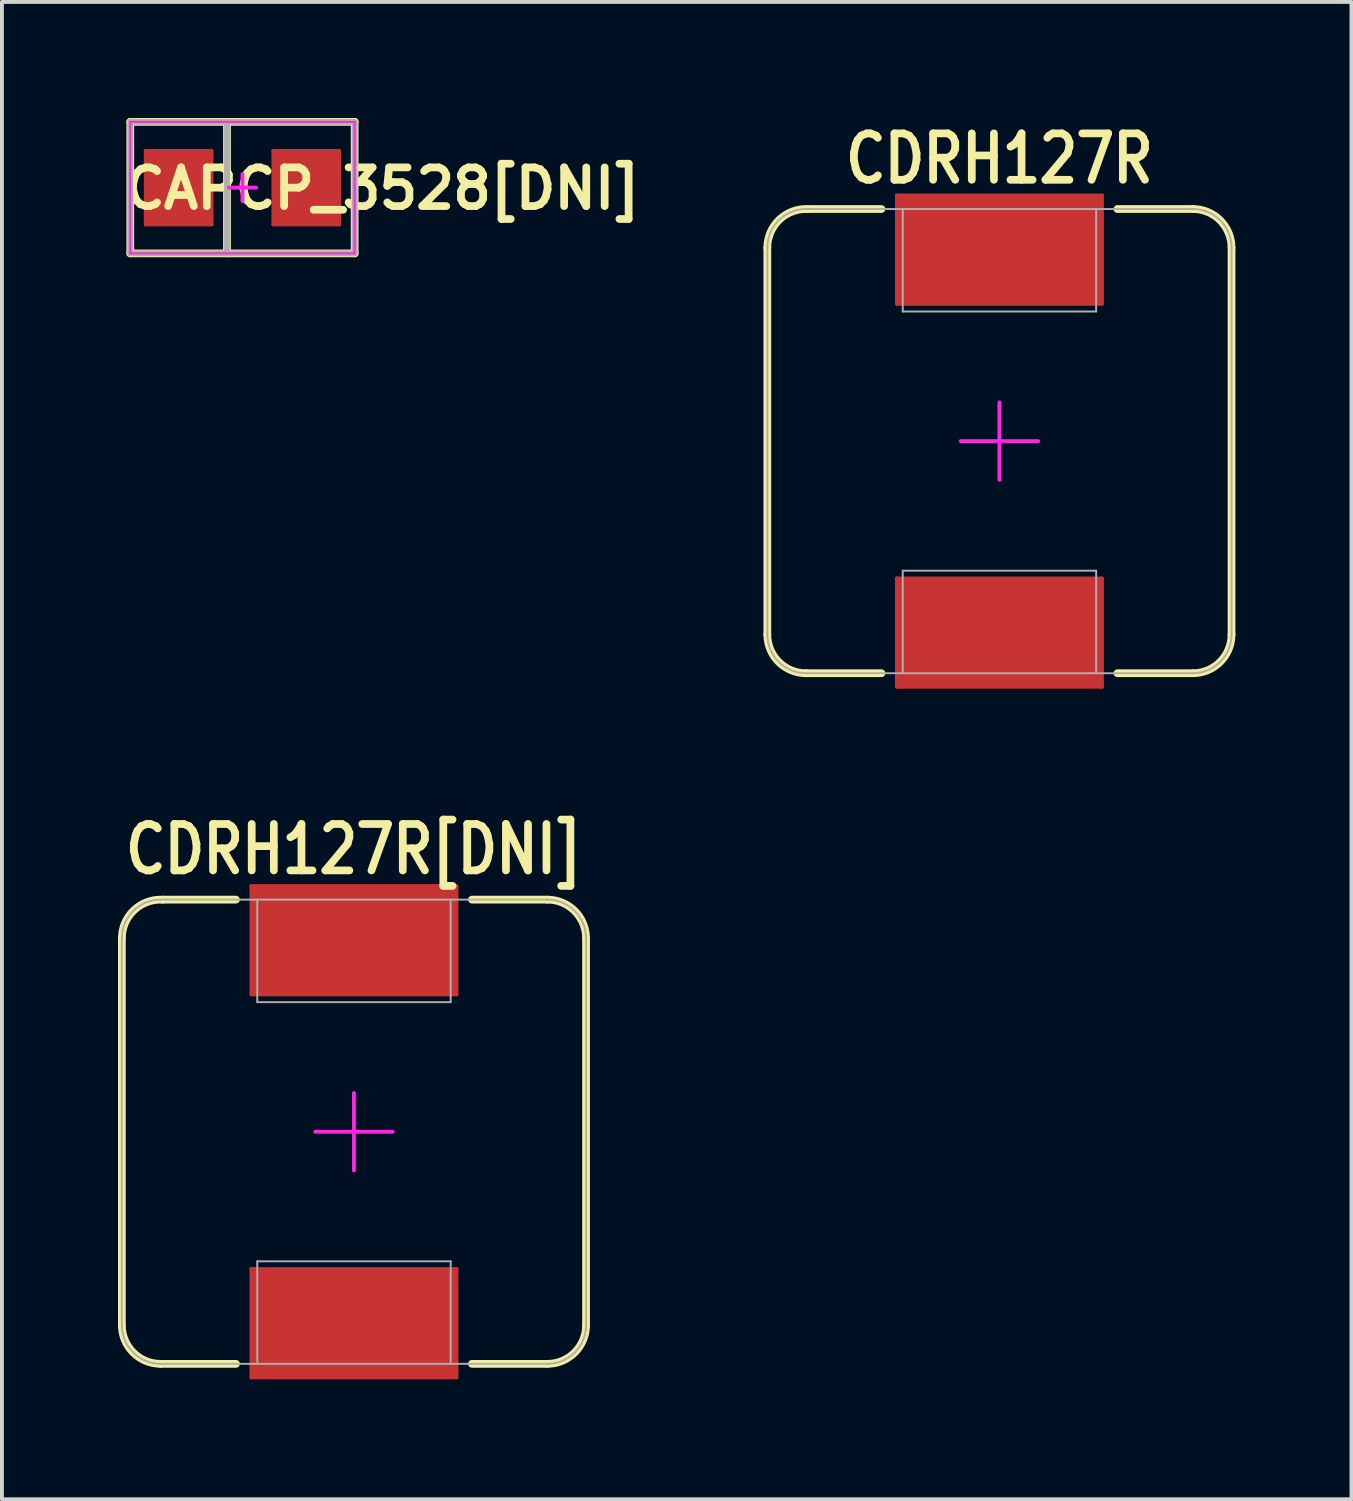
<source format=kicad_pcb>
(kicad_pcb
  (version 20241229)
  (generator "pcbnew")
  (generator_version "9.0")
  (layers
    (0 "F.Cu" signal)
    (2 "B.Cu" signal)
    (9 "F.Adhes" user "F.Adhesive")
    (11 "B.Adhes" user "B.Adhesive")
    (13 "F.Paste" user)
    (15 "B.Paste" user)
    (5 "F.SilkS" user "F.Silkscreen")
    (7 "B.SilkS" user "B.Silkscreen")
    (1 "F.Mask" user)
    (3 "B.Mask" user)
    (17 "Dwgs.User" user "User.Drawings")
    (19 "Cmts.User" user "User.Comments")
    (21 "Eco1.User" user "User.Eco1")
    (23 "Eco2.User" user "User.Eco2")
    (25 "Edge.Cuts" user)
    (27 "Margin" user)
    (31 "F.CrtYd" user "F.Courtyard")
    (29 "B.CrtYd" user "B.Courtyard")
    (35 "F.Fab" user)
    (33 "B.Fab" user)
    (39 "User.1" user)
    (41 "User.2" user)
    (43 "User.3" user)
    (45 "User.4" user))
  (footprint "CDRH127R"
    (layer "F.Cu")
    (at 22.786 8.353)
    (property "Reference" "CDRH127R" (at 0 -7.3 0) (layer "F.SilkS") (effects (font (size 1.2 1) (thickness 0.2))))
    (attr through_hole)
    (fp_line (start -2.65 -6.35) (end 2.65 -6.35) (stroke (width 0.1) (type solid)) (layer "F.Cu"))
    (fp_line (start -2.65 -3.55) (end -2.65 -6.35) (stroke (width 0.1) (type solid)) (layer "F.Cu"))
    (fp_line (start -2.65 -3.55) (end 2.65 -3.55) (stroke (width 0.1) (type solid)) (layer "F.Cu"))
    (fp_line (start -2.65 3.55) (end 2.65 3.55) (stroke (width 0.1) (type solid)) (layer "F.Cu"))
    (fp_line (start -2.65 6.35) (end -2.65 3.55) (stroke (width 0.1) (type solid)) (layer "F.Cu"))
    (fp_line (start -2.65 6.35) (end 2.65 6.35) (stroke (width 0.1) (type solid)) (layer "F.Cu"))
    (fp_line (start 2.65 -3.55) (end 2.65 -6.35) (stroke (width 0.1) (type solid)) (layer "F.Cu"))
    (fp_line (start 2.65 6.35) (end 2.65 3.55) (stroke (width 0.1) (type solid)) (layer "F.Cu"))
    (fp_line (start -2.65 -6.35) (end 2.65 -6.35) (stroke (width 0.3) (type solid)) (layer "F.Mask"))
    (fp_line (start -2.65 -3.55) (end -2.65 -6.35) (stroke (width 0.3) (type solid)) (layer "F.Mask"))
    (fp_line (start -2.65 -3.55) (end 2.65 -3.55) (stroke (width 0.3) (type solid)) (layer "F.Mask"))
    (fp_line (start -2.65 3.55) (end 2.65 3.55) (stroke (width 0.3) (type solid)) (layer "F.Mask"))
    (fp_line (start -2.65 6.35) (end -2.65 3.55) (stroke (width 0.3) (type solid)) (layer "F.Mask"))
    (fp_line (start -2.65 6.35) (end 2.65 6.35) (stroke (width 0.3) (type solid)) (layer "F.Mask"))
    (fp_line (start 2.65 -3.55) (end 2.65 -6.35) (stroke (width 0.3) (type solid)) (layer "F.Mask"))
    (fp_line (start 2.65 6.35) (end 2.65 3.55) (stroke (width 0.3) (type solid)) (layer "F.Mask"))
    (fp_line (start -6 -5) (end -6 5) (stroke (width 0.2) (type solid)) (layer "F.SilkS"))
    (fp_line (start -5 6) (end -3.05 6) (stroke (width 0.2) (type solid)) (layer "F.SilkS"))
    (fp_line (start -4.95 -6) (end -3.05 -6) (stroke (width 0.2) (type solid)) (layer "F.SilkS"))
    (fp_line (start 3.05 6) (end 5 6) (stroke (width 0.2) (type solid)) (layer "F.SilkS"))
    (fp_line (start 5 -6) (end 3.05 -6) (stroke (width 0.2) (type solid)) (layer "F.SilkS"))
    (fp_line (start 6 5) (end 6 -5) (stroke (width 0.2) (type solid)) (layer "F.SilkS"))
    (fp_arc (start -6 -5) (mid -5.688274 -5.725451) (end -4.947441 -5.998618) (stroke (width 0.2) (type solid)) (layer "F.SilkS"))
    (fp_arc (start -5 6) (mid -5.707107 5.707107) (end -6 5) (stroke (width 0.2) (type solid)) (layer "F.SilkS"))
    (fp_arc (start 5 -6) (mid 5.707107 -5.707107) (end 6 -5) (stroke (width 0.2) (type solid)) (layer "F.SilkS"))
    (fp_arc (start 6 5) (mid 5.707107 5.707107) (end 5 6) (stroke (width 0.2) (type solid)) (layer "F.SilkS"))
    (fp_line (start -2.65 -6.35) (end -2.65 -3.55) (stroke (width 0.05) (type solid)) (layer "F.Paste"))
    (fp_line (start -2.65 3.55) (end -2.65 6.35) (stroke (width 0.05) (type solid)) (layer "F.Paste"))
    (fp_line (start 2.65 -6.35) (end -2.65 -6.35) (stroke (width 0.05) (type solid)) (layer "F.Paste"))
    (fp_line (start 2.65 -6.35) (end 2.65 -3.55) (stroke (width 0.05) (type solid)) (layer "F.Paste"))
    (fp_line (start 2.65 -3.55) (end -2.65 -3.55) (stroke (width 0.05) (type solid)) (layer "F.Paste"))
    (fp_line (start 2.65 3.55) (end -2.65 3.55) (stroke (width 0.05) (type solid)) (layer "F.Paste"))
    (fp_line (start 2.65 3.55) (end 2.65 6.35) (stroke (width 0.05) (type solid)) (layer "F.Paste"))
    (fp_line (start 2.65 6.35) (end -2.65 6.35) (stroke (width 0.05) (type solid)) (layer "F.Paste"))
    (fp_line (start -1 0) (end 1 0) (stroke (width 0.1) (type solid)) (layer "F.CrtYd"))
    (fp_line (start 0 -1) (end 0 1) (stroke (width 0.1) (type solid)) (layer "F.CrtYd"))
    (fp_line (start -6 5) (end -6 -5) (stroke (width 0.05) (type solid)) (layer "F.Fab"))
    (fp_line (start -5 -6) (end 5 -6) (stroke (width 0.05) (type solid)) (layer "F.Fab"))
    (fp_line (start -2.5 -3.35) (end -2.5 -6) (stroke (width 0.05) (type solid)) (layer "F.Fab"))
    (fp_line (start -2.5 -3.35) (end 2.5 -3.35) (stroke (width 0.05) (type solid)) (layer "F.Fab"))
    (fp_line (start -2.5 3.35) (end 2.5 3.35) (stroke (width 0.05) (type solid)) (layer "F.Fab"))
    (fp_line (start -2.5 6) (end -2.5 3.35) (stroke (width 0.05) (type solid)) (layer "F.Fab"))
    (fp_line (start 2.5 -3.35) (end 2.5 -6) (stroke (width 0.05) (type solid)) (layer "F.Fab"))
    (fp_line (start 2.5 3.35) (end 2.5 6) (stroke (width 0.05) (type solid)) (layer "F.Fab"))
    (fp_line (start 5 6) (end -5 6) (stroke (width 0.05) (type solid)) (layer "F.Fab"))
    (fp_line (start 6 -5) (end 6 5) (stroke (width 0.05) (type solid)) (layer "F.Fab"))
    (fp_arc (start -6 -5) (mid -5.707107 -5.707107) (end -5 -6) (stroke (width 0.05) (type solid)) (layer "F.Fab"))
    (fp_arc (start -5 6) (mid -5.707107 5.707107) (end -6 5) (stroke (width 0.05) (type solid)) (layer "F.Fab"))
    (fp_arc (start 5 -6) (mid 5.707107 -5.707107) (end 6 -5) (stroke (width 0.05) (type solid)) (layer "F.Fab"))
    (fp_arc (start 6 5) (mid 5.707107 5.707107) (end 5 6) (stroke (width 0.05) (type solid)) (layer "F.Fab"))
    (pad "1" smd rect (at 0 -4.95) (size 5.3 2.8) (layers "F.Cu" "F.Mask" "F.Paste"))
    (pad "2" smd rect (at 0 4.95) (size 5.3 2.8) (layers "F.Cu" "F.Mask" "F.Paste")))
  (footprint "CAPCP_3528[DNI]"
    (layer "F.Cu")
    (at 3.218 1.8)
    (property "Reference" "CAPCP_3528[DNI]" (at 3.625 0.025 0) (layer "F.SilkS") (effects (font (size 1 1) (thickness 0.2))))
    (attr through_hole)
    (fp_line (start -2.525 0.95) (end -2.525 -0.95) (stroke (width 0.05) (type solid)) (layer "F.Cu"))
    (fp_line (start -2.5 -0.975) (end -0.8 -0.975) (stroke (width 0.05) (type solid)) (layer "F.Cu"))
    (fp_line (start -2.5 -0.95) (end -0.8 -0.95) (stroke (width 0.05) (type solid)) (layer "F.Cu"))
    (fp_line (start -2.5 0.95) (end -2.5 -0.95) (stroke (width 0.05) (type solid)) (layer "F.Cu"))
    (fp_line (start -2.5 0.95) (end -0.8 0.95) (stroke (width 0.05) (type solid)) (layer "F.Cu"))
    (fp_line (start -2.5 0.975) (end -0.8 0.975) (stroke (width 0.05) (type solid)) (layer "F.Cu"))
    (fp_line (start -0.8 0.95) (end -0.8 -0.95) (stroke (width 0.05) (type solid)) (layer "F.Cu"))
    (fp_line (start -0.775 0.95) (end -0.775 -0.95) (stroke (width 0.05) (type solid)) (layer "F.Cu"))
    (fp_line (start 0.775 0.95) (end 0.775 -0.95) (stroke (width 0.05) (type solid)) (layer "F.Cu"))
    (fp_line (start 0.8 -0.975) (end 2.5 -0.975) (stroke (width 0.05) (type solid)) (layer "F.Cu"))
    (fp_line (start 0.8 -0.95) (end 2.5 -0.95) (stroke (width 0.05) (type solid)) (layer "F.Cu"))
    (fp_line (start 0.8 0.95) (end 0.8 -0.95) (stroke (width 0.05) (type solid)) (layer "F.Cu"))
    (fp_line (start 0.8 0.95) (end 2.5 0.95) (stroke (width 0.05) (type solid)) (layer "F.Cu"))
    (fp_line (start 0.8 0.975) (end 2.5 0.975) (stroke (width 0.05) (type solid)) (layer "F.Cu"))
    (fp_line (start 2.5 0.95) (end 2.5 -0.95) (stroke (width 0.05) (type solid)) (layer "F.Cu"))
    (fp_line (start 2.525 0.95) (end 2.525 -0.95) (stroke (width 0.05) (type solid)) (layer "F.Cu"))
    (fp_arc (start -2.525 -0.95) (mid -2.517693 -0.967662) (end -2.500044 -0.975) (stroke (width 0.05) (type solid)) (layer "F.Cu"))
    (fp_arc (start -2.525 -0.95) (mid -2.517693 -0.967662) (end -2.500044 -0.975) (stroke (width 0.05) (type solid)) (layer "F.Cu"))
    (fp_arc (start -2.5 0.975) (mid -2.517662 0.967693) (end -2.525 0.950044) (stroke (width 0.05) (type solid)) (layer "F.Cu"))
    (fp_arc (start -2.5 0.975) (mid -2.517662 0.967693) (end -2.525 0.950044) (stroke (width 0.05) (type solid)) (layer "F.Cu"))
    (fp_arc (start -0.8 -0.975) (mid -0.782338 -0.967693) (end -0.775 -0.950044) (stroke (width 0.05) (type solid)) (layer "F.Cu"))
    (fp_arc (start -0.8 -0.975) (mid -0.782338 -0.967693) (end -0.775 -0.950044) (stroke (width 0.05) (type solid)) (layer "F.Cu"))
    (fp_arc (start -0.775 0.95) (mid -0.782307 0.967662) (end -0.799956 0.975) (stroke (width 0.05) (type solid)) (layer "F.Cu"))
    (fp_arc (start -0.775 0.95) (mid -0.782307 0.967662) (end -0.799956 0.975) (stroke (width 0.05) (type solid)) (layer "F.Cu"))
    (fp_arc (start 0.775 -0.95) (mid 0.782307 -0.967662) (end 0.799956 -0.975) (stroke (width 0.05) (type solid)) (layer "F.Cu"))
    (fp_arc (start 0.775 -0.95) (mid 0.782307 -0.967662) (end 0.799956 -0.975) (stroke (width 0.05) (type solid)) (layer "F.Cu"))
    (fp_arc (start 0.8 0.975) (mid 0.782338 0.967693) (end 0.775 0.950044) (stroke (width 0.05) (type solid)) (layer "F.Cu"))
    (fp_arc (start 0.8 0.975) (mid 0.782338 0.967693) (end 0.775 0.950044) (stroke (width 0.05) (type solid)) (layer "F.Cu"))
    (fp_arc (start 2.5 -0.975) (mid 2.517662 -0.967693) (end 2.525 -0.950044) (stroke (width 0.05) (type solid)) (layer "F.Cu"))
    (fp_arc (start 2.5 -0.975) (mid 2.517662 -0.967693) (end 2.525 -0.950044) (stroke (width 0.05) (type solid)) (layer "F.Cu"))
    (fp_arc (start 2.525 0.95) (mid 2.517693 0.967662) (end 2.500044 0.975) (stroke (width 0.05) (type solid)) (layer "F.Cu"))
    (fp_arc (start 2.525 0.95) (mid 2.517693 0.967662) (end 2.500044 0.975) (stroke (width 0.05) (type solid)) (layer "F.Cu"))
    (fp_line (start -2.6 -0.95) (end -2.6 0.95) (stroke (width 0.1) (type solid)) (layer "F.Mask"))
    (fp_line (start -0.8 -1.05) (end -2.5 -1.05) (stroke (width 0.1) (type solid)) (layer "F.Mask"))
    (fp_line (start -0.8 1.05) (end -2.5 1.05) (stroke (width 0.1) (type solid)) (layer "F.Mask"))
    (fp_line (start -0.7 -0.95) (end -0.7 0.95) (stroke (width 0.1) (type solid)) (layer "F.Mask"))
    (fp_line (start 0.7 -0.95) (end 0.7 0.95) (stroke (width 0.1) (type solid)) (layer "F.Mask"))
    (fp_line (start 2.5 -1.05) (end 0.8 -1.05) (stroke (width 0.1) (type solid)) (layer "F.Mask"))
    (fp_line (start 2.5 1.05) (end 0.8 1.05) (stroke (width 0.1) (type solid)) (layer "F.Mask"))
    (fp_line (start 2.6 -0.95) (end 2.6 0.95) (stroke (width 0.1) (type solid)) (layer "F.Mask"))
    (fp_arc (start -2.6 -0.95) (mid -2.570773 -1.020649) (end -2.500175 -1.05) (stroke (width 0.1) (type solid)) (layer "F.Mask"))
    (fp_arc (start -2.6 -0.95) (mid -2.570773 -1.020649) (end -2.500175 -1.05) (stroke (width 0.1) (type solid)) (layer "F.Mask"))
    (fp_arc (start -2.5 1.05) (mid -2.570649 1.020773) (end -2.6 0.950175) (stroke (width 0.1) (type solid)) (layer "F.Mask"))
    (fp_arc (start -2.5 1.05) (mid -2.570649 1.020773) (end -2.6 0.950175) (stroke (width 0.1) (type solid)) (layer "F.Mask"))
    (fp_arc (start -0.8 -1.05) (mid -0.729351 -1.020773) (end -0.7 -0.950175) (stroke (width 0.1) (type solid)) (layer "F.Mask"))
    (fp_arc (start -0.8 -1.05) (mid -0.729351 -1.020773) (end -0.7 -0.950175) (stroke (width 0.1) (type solid)) (layer "F.Mask"))
    (fp_arc (start -0.7 0.95) (mid -0.729227 1.020649) (end -0.799825 1.05) (stroke (width 0.1) (type solid)) (layer "F.Mask"))
    (fp_arc (start -0.7 0.95) (mid -0.729227 1.020649) (end -0.799825 1.05) (stroke (width 0.1) (type solid)) (layer "F.Mask"))
    (fp_arc (start 0.7 -0.95) (mid 0.729227 -1.020649) (end 0.799825 -1.05) (stroke (width 0.1) (type solid)) (layer "F.Mask"))
    (fp_arc (start 0.7 -0.95) (mid 0.729227 -1.020649) (end 0.799825 -1.05) (stroke (width 0.1) (type solid)) (layer "F.Mask"))
    (fp_arc (start 0.8 1.05) (mid 0.729351 1.020773) (end 0.7 0.950175) (stroke (width 0.1) (type solid)) (layer "F.Mask"))
    (fp_arc (start 0.8 1.05) (mid 0.729351 1.020773) (end 0.7 0.950175) (stroke (width 0.1) (type solid)) (layer "F.Mask"))
    (fp_arc (start 2.5 -1.05) (mid 2.570649 -1.020773) (end 2.6 -0.950175) (stroke (width 0.1) (type solid)) (layer "F.Mask"))
    (fp_arc (start 2.5 -1.05) (mid 2.570649 -1.020773) (end 2.6 -0.950175) (stroke (width 0.1) (type solid)) (layer "F.Mask"))
    (fp_arc (start 2.6 0.95) (mid 2.570773 1.020649) (end 2.500175 1.05) (stroke (width 0.1) (type solid)) (layer "F.Mask"))
    (fp_arc (start 2.6 0.95) (mid 2.570773 1.020649) (end 2.500175 1.05) (stroke (width 0.1) (type solid)) (layer "F.Mask"))
    (fp_line (start -2.9 1.7) (end -2.9 -1.7) (stroke (width 0.2) (type solid)) (layer "F.SilkS"))
    (fp_line (start -0.4 1.7) (end -0.4 -1.7) (stroke (width 0.2) (type solid)) (layer "F.SilkS"))
    (fp_line (start 2.9 -1.7) (end -2.9 -1.7) (stroke (width 0.2) (type solid)) (layer "F.SilkS"))
    (fp_line (start 2.9 1.7) (end -2.9 1.7) (stroke (width 0.2) (type solid)) (layer "F.SilkS"))
    (fp_line (start 2.9 1.7) (end 2.9 -1.7) (stroke (width 0.2) (type solid)) (layer "F.SilkS"))
    (fp_line (start -2.5 -0.95) (end -0.8 -0.95) (stroke (width 0.05) (type solid)) (layer "F.Paste"))
    (fp_line (start -2.5 0.95) (end -2.5 -0.95) (stroke (width 0.05) (type solid)) (layer "F.Paste"))
    (fp_line (start -0.8 -0.95) (end -0.8 0.95) (stroke (width 0.05) (type solid)) (layer "F.Paste"))
    (fp_line (start -0.8 0.95) (end -2.5 0.95) (stroke (width 0.05) (type solid)) (layer "F.Paste"))
    (fp_line (start 0.8 -0.95) (end 2.5 -0.95) (stroke (width 0.05) (type solid)) (layer "F.Paste"))
    (fp_line (start 0.8 0.95) (end 0.8 -0.95) (stroke (width 0.05) (type solid)) (layer "F.Paste"))
    (fp_line (start 2.5 -0.95) (end 2.5 0.95) (stroke (width 0.05) (type solid)) (layer "F.Paste"))
    (fp_line (start 2.5 0.95) (end 0.8 0.95) (stroke (width 0.05) (type solid)) (layer "F.Paste"))
    (fp_line (start -2.9 -1.7) (end -2.9 1.7) (stroke (width 0.05) (type solid)) (layer "F.CrtYd"))
    (fp_line (start -2.9 -1.7) (end 2.9 -1.7) (stroke (width 0.05) (type solid)) (layer "F.CrtYd"))
    (fp_line (start -2.9 1.7) (end 2.9 1.7) (stroke (width 0.05) (type solid)) (layer "F.CrtYd"))
    (fp_line (start -0.35 0) (end 0.35 0) (stroke (width 0.1) (type solid)) (layer "F.CrtYd"))
    (fp_line (start 0 -0.35) (end 0 0.35) (stroke (width 0.1) (type solid)) (layer "F.CrtYd"))
    (fp_line (start 2.9 -1.7) (end 2.9 1.7) (stroke (width 0.05) (type solid)) (layer "F.CrtYd"))
    (fp_line (start -2.9 1.7) (end -2.9 -1.7) (stroke (width 0.15) (type solid)) (layer "F.Fab"))
    (fp_line (start -0.4 1.7) (end -0.4 -1.7) (stroke (width 0.15) (type solid)) (layer "F.Fab"))
    (fp_line (start 2.9 -1.7) (end -2.9 -1.7) (stroke (width 0.15) (type solid)) (layer "F.Fab"))
    (fp_line (start 2.9 1.7) (end -2.9 1.7) (stroke (width 0.15) (type solid)) (layer "F.Fab"))
    (fp_line (start 2.9 1.7) (end 2.9 -1.7) (stroke (width 0.15) (type solid)) (layer "F.Fab"))
    (pad "1" smd rect (at -1.65 0) (size 1.7 1.9) (layers "F.Cu" "F.Mask" "F.Paste"))
    (pad "2" smd rect (at 1.65 0) (size 1.7 1.9) (layers "F.Cu" "F.Mask" "F.Paste")))
  (footprint "CDRH127R[DNI]"
    (layer "F.Cu")
    (at 6.1 26.206)
    (property "Reference" "CDRH127R[DNI]" (at 0 -7.3 0) (layer "F.SilkS") (effects (font (size 1.2 1) (thickness 0.2))))
    (attr through_hole)
    (fp_line (start -2.65 -6.35) (end 2.65 -6.35) (stroke (width 0.1) (type solid)) (layer "F.Cu"))
    (fp_line (start -2.65 -3.55) (end -2.65 -6.35) (stroke (width 0.1) (type solid)) (layer "F.Cu"))
    (fp_line (start -2.65 -3.55) (end 2.65 -3.55) (stroke (width 0.1) (type solid)) (layer "F.Cu"))
    (fp_line (start -2.65 3.55) (end 2.65 3.55) (stroke (width 0.1) (type solid)) (layer "F.Cu"))
    (fp_line (start -2.65 6.35) (end -2.65 3.55) (stroke (width 0.1) (type solid)) (layer "F.Cu"))
    (fp_line (start -2.65 6.35) (end 2.65 6.35) (stroke (width 0.1) (type solid)) (layer "F.Cu"))
    (fp_line (start 2.65 -3.55) (end 2.65 -6.35) (stroke (width 0.1) (type solid)) (layer "F.Cu"))
    (fp_line (start 2.65 6.35) (end 2.65 3.55) (stroke (width 0.1) (type solid)) (layer "F.Cu"))
    (fp_line (start -2.65 -6.35) (end 2.65 -6.35) (stroke (width 0.3) (type solid)) (layer "F.Mask"))
    (fp_line (start -2.65 -3.55) (end -2.65 -6.35) (stroke (width 0.3) (type solid)) (layer "F.Mask"))
    (fp_line (start -2.65 -3.55) (end 2.65 -3.55) (stroke (width 0.3) (type solid)) (layer "F.Mask"))
    (fp_line (start -2.65 3.55) (end 2.65 3.55) (stroke (width 0.3) (type solid)) (layer "F.Mask"))
    (fp_line (start -2.65 6.35) (end -2.65 3.55) (stroke (width 0.3) (type solid)) (layer "F.Mask"))
    (fp_line (start -2.65 6.35) (end 2.65 6.35) (stroke (width 0.3) (type solid)) (layer "F.Mask"))
    (fp_line (start 2.65 -3.55) (end 2.65 -6.35) (stroke (width 0.3) (type solid)) (layer "F.Mask"))
    (fp_line (start 2.65 6.35) (end 2.65 3.55) (stroke (width 0.3) (type solid)) (layer "F.Mask"))
    (fp_line (start -6 -5) (end -6 5) (stroke (width 0.2) (type solid)) (layer "F.SilkS"))
    (fp_line (start -5 6) (end -3.05 6) (stroke (width 0.2) (type solid)) (layer "F.SilkS"))
    (fp_line (start -4.95 -6) (end -3.05 -6) (stroke (width 0.2) (type solid)) (layer "F.SilkS"))
    (fp_line (start 3.05 6) (end 5 6) (stroke (width 0.2) (type solid)) (layer "F.SilkS"))
    (fp_line (start 5 -6) (end 3.05 -6) (stroke (width 0.2) (type solid)) (layer "F.SilkS"))
    (fp_line (start 6 5) (end 6 -5) (stroke (width 0.2) (type solid)) (layer "F.SilkS"))
    (fp_arc (start -6 -5) (mid -5.688274 -5.725451) (end -4.947441 -5.998618) (stroke (width 0.2) (type solid)) (layer "F.SilkS"))
    (fp_arc (start -5 6) (mid -5.707107 5.707107) (end -6 5) (stroke (width 0.2) (type solid)) (layer "F.SilkS"))
    (fp_arc (start 5 -6) (mid 5.707107 -5.707107) (end 6 -5) (stroke (width 0.2) (type solid)) (layer "F.SilkS"))
    (fp_arc (start 6 5) (mid 5.707107 5.707107) (end 5 6) (stroke (width 0.2) (type solid)) (layer "F.SilkS"))
    (fp_line (start -2.65 -6.35) (end -2.65 -3.55) (stroke (width 0.05) (type solid)) (layer "F.Paste"))
    (fp_line (start -2.65 3.55) (end -2.65 6.35) (stroke (width 0.05) (type solid)) (layer "F.Paste"))
    (fp_line (start 2.65 -6.35) (end -2.65 -6.35) (stroke (width 0.05) (type solid)) (layer "F.Paste"))
    (fp_line (start 2.65 -6.35) (end 2.65 -3.55) (stroke (width 0.05) (type solid)) (layer "F.Paste"))
    (fp_line (start 2.65 -3.55) (end -2.65 -3.55) (stroke (width 0.05) (type solid)) (layer "F.Paste"))
    (fp_line (start 2.65 3.55) (end -2.65 3.55) (stroke (width 0.05) (type solid)) (layer "F.Paste"))
    (fp_line (start 2.65 3.55) (end 2.65 6.35) (stroke (width 0.05) (type solid)) (layer "F.Paste"))
    (fp_line (start 2.65 6.35) (end -2.65 6.35) (stroke (width 0.05) (type solid)) (layer "F.Paste"))
    (fp_line (start -1 0) (end 1 0) (stroke (width 0.1) (type solid)) (layer "F.CrtYd"))
    (fp_line (start 0 -1) (end 0 1) (stroke (width 0.1) (type solid)) (layer "F.CrtYd"))
    (fp_line (start -6 5) (end -6 -5) (stroke (width 0.05) (type solid)) (layer "F.Fab"))
    (fp_line (start -5 -6) (end 5 -6) (stroke (width 0.05) (type solid)) (layer "F.Fab"))
    (fp_line (start -2.5 -3.35) (end -2.5 -6) (stroke (width 0.05) (type solid)) (layer "F.Fab"))
    (fp_line (start -2.5 -3.35) (end 2.5 -3.35) (stroke (width 0.05) (type solid)) (layer "F.Fab"))
    (fp_line (start -2.5 3.35) (end 2.5 3.35) (stroke (width 0.05) (type solid)) (layer "F.Fab"))
    (fp_line (start -2.5 6) (end -2.5 3.35) (stroke (width 0.05) (type solid)) (layer "F.Fab"))
    (fp_line (start 2.5 -3.35) (end 2.5 -6) (stroke (width 0.05) (type solid)) (layer "F.Fab"))
    (fp_line (start 2.5 3.35) (end 2.5 6) (stroke (width 0.05) (type solid)) (layer "F.Fab"))
    (fp_line (start 5 6) (end -5 6) (stroke (width 0.05) (type solid)) (layer "F.Fab"))
    (fp_line (start 6 -5) (end 6 5) (stroke (width 0.05) (type solid)) (layer "F.Fab"))
    (fp_arc (start -6 -5) (mid -5.707107 -5.707107) (end -5 -6) (stroke (width 0.05) (type solid)) (layer "F.Fab"))
    (fp_arc (start -5 6) (mid -5.707107 5.707107) (end -6 5) (stroke (width 0.05) (type solid)) (layer "F.Fab"))
    (fp_arc (start 5 -6) (mid 5.707107 -5.707107) (end 6 -5) (stroke (width 0.05) (type solid)) (layer "F.Fab"))
    (fp_arc (start 6 5) (mid 5.707107 5.707107) (end 5 6) (stroke (width 0.05) (type solid)) (layer "F.Fab"))
    (pad "1" smd rect (at 0 -4.95) (size 5.3 2.8) (layers "F.Cu" "F.Mask" "F.Paste"))
    (pad "2" smd rect (at 0 4.95) (size 5.3 2.8) (layers "F.Cu" "F.Mask" "F.Paste")))
  (gr_rect
    (start -3 -3)
    (end 31.886 35.706)
    (stroke (width 0.1) (type default))
    (fill no)
    (layer "Edge.Cuts")))
</source>
